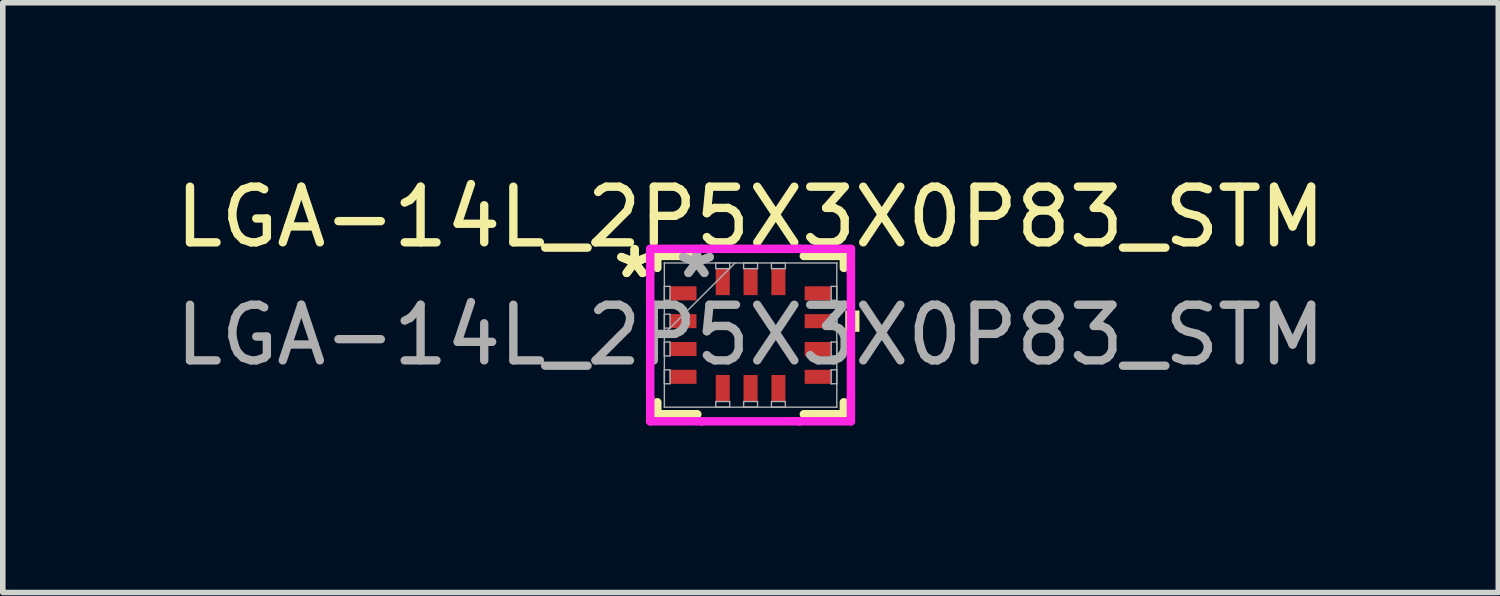
<source format=kicad_pcb>
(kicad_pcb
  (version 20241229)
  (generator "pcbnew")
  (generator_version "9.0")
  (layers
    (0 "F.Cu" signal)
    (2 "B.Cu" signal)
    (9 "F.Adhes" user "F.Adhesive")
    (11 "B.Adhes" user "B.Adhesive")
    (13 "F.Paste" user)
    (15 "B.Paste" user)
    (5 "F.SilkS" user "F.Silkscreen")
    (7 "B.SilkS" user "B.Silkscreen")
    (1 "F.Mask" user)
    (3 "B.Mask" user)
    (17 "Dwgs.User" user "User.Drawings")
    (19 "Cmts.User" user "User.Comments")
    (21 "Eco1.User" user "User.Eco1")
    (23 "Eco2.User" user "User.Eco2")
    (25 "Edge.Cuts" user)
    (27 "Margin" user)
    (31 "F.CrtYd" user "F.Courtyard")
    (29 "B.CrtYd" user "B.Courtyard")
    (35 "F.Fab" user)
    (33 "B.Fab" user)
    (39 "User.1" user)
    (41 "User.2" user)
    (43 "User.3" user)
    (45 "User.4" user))
  (footprint "LGA-14L_2P5X3X0P83_STM"
    (layer "F.Cu")
    (at 10.435 2.97)
    (property "Reference" "LGA-14L_2P5X3X0P83_STM" (at 0 -2.121 0) (unlocked yes) (layer "F.SilkS") (effects (font (size 1 1) (thickness 0.15))))
    (attr smd)
    (fp_line (start -1.676 -1.422) (end -1.676 -1.207) (stroke (width 0.152) (type solid)) (layer "F.SilkS"))
    (fp_line (start -1.676 1.207) (end -1.676 1.422) (stroke (width 0.152) (type solid)) (layer "F.SilkS"))
    (fp_line (start -1.676 1.422) (end -0.957 1.422) (stroke (width 0.152) (type solid)) (layer "F.SilkS"))
    (fp_line (start -0.957 -1.422) (end -1.676 -1.422) (stroke (width 0.152) (type solid)) (layer "F.SilkS"))
    (fp_line (start 0.957 1.422) (end 1.676 1.422) (stroke (width 0.152) (type solid)) (layer "F.SilkS"))
    (fp_line (start 1.676 -1.422) (end 0.957 -1.422) (stroke (width 0.152) (type solid)) (layer "F.SilkS"))
    (fp_line (start 1.676 -1.207) (end 1.676 -1.422) (stroke (width 0.152) (type solid)) (layer "F.SilkS"))
    (fp_line (start 1.676 1.422) (end 1.676 1.207) (stroke (width 0.152) (type solid)) (layer "F.SilkS"))
    (fp_poly (pts (xy 1.956 -0.441) (xy 1.956 -0.059) (xy 1.702 -0.059) (xy 1.702 -0.441)) (stroke (width 0) (type solid)) (fill yes) (layer "F.SilkS"))
    (fp_line (start -1.803 -1.549) (end -0.879 -1.549) (stroke (width 0.152) (type solid)) (layer "F.CrtYd"))
    (fp_line (start -1.803 -1.129) (end -1.803 -1.549) (stroke (width 0.152) (type solid)) (layer "F.CrtYd"))
    (fp_line (start -1.803 -1.129) (end -1.803 -1.129) (stroke (width 0.152) (type solid)) (layer "F.CrtYd"))
    (fp_line (start -1.803 1.129) (end -1.803 -1.129) (stroke (width 0.152) (type solid)) (layer "F.CrtYd"))
    (fp_line (start -1.803 1.129) (end -1.803 1.129) (stroke (width 0.152) (type solid)) (layer "F.CrtYd"))
    (fp_line (start -1.803 1.549) (end -1.803 1.129) (stroke (width 0.152) (type solid)) (layer "F.CrtYd"))
    (fp_line (start -0.879 -1.549) (end -0.879 -1.549) (stroke (width 0.152) (type solid)) (layer "F.CrtYd"))
    (fp_line (start -0.879 -1.549) (end 0.879 -1.549) (stroke (width 0.152) (type solid)) (layer "F.CrtYd"))
    (fp_line (start -0.879 1.549) (end -1.803 1.549) (stroke (width 0.152) (type solid)) (layer "F.CrtYd"))
    (fp_line (start -0.879 1.549) (end -0.879 1.549) (stroke (width 0.152) (type solid)) (layer "F.CrtYd"))
    (fp_line (start 0.879 -1.549) (end 0.879 -1.549) (stroke (width 0.152) (type solid)) (layer "F.CrtYd"))
    (fp_line (start 0.879 -1.549) (end 1.803 -1.549) (stroke (width 0.152) (type solid)) (layer "F.CrtYd"))
    (fp_line (start 0.879 1.549) (end -0.879 1.549) (stroke (width 0.152) (type solid)) (layer "F.CrtYd"))
    (fp_line (start 0.879 1.549) (end 0.879 1.549) (stroke (width 0.152) (type solid)) (layer "F.CrtYd"))
    (fp_line (start 1.803 -1.549) (end 1.803 -1.129) (stroke (width 0.152) (type solid)) (layer "F.CrtYd"))
    (fp_line (start 1.803 -1.129) (end 1.803 -1.129) (stroke (width 0.152) (type solid)) (layer "F.CrtYd"))
    (fp_line (start 1.803 -1.129) (end 1.803 1.129) (stroke (width 0.152) (type solid)) (layer "F.CrtYd"))
    (fp_line (start 1.803 1.129) (end 1.803 1.129) (stroke (width 0.152) (type solid)) (layer "F.CrtYd"))
    (fp_line (start 1.803 1.129) (end 1.803 1.549) (stroke (width 0.152) (type solid)) (layer "F.CrtYd"))
    (fp_line (start 1.803 1.549) (end 0.879 1.549) (stroke (width 0.152) (type solid)) (layer "F.CrtYd"))
    (fp_line (start -1.549 -1.295) (end -1.549 -1.295) (stroke (width 0.025) (type solid)) (layer "F.Fab"))
    (fp_line (start -1.549 -1.295) (end -1.549 1.295) (stroke (width 0.025) (type solid)) (layer "F.Fab"))
    (fp_line (start -1.549 -0.875) (end -1.448 -0.875) (stroke (width 0.025) (type solid)) (layer "F.Fab"))
    (fp_line (start -1.549 -0.625) (end -1.549 -0.875) (stroke (width 0.025) (type solid)) (layer "F.Fab"))
    (fp_line (start -1.549 -0.375) (end -1.448 -0.375) (stroke (width 0.025) (type solid)) (layer "F.Fab"))
    (fp_line (start -1.549 -0.125) (end -1.549 -0.375) (stroke (width 0.025) (type solid)) (layer "F.Fab"))
    (fp_line (start -1.549 -0.025) (end -0.279 -1.295) (stroke (width 0.025) (type solid)) (layer "F.Fab"))
    (fp_line (start -1.549 0.125) (end -1.448 0.125) (stroke (width 0.025) (type solid)) (layer "F.Fab"))
    (fp_line (start -1.549 0.375) (end -1.549 0.125) (stroke (width 0.025) (type solid)) (layer "F.Fab"))
    (fp_line (start -1.549 0.625) (end -1.448 0.625) (stroke (width 0.025) (type solid)) (layer "F.Fab"))
    (fp_line (start -1.549 0.875) (end -1.549 0.625) (stroke (width 0.025) (type solid)) (layer "F.Fab"))
    (fp_line (start -1.549 1.295) (end -1.549 1.295) (stroke (width 0.025) (type solid)) (layer "F.Fab"))
    (fp_line (start -1.549 1.295) (end 1.549 1.295) (stroke (width 0.025) (type solid)) (layer "F.Fab"))
    (fp_line (start -1.448 -0.875) (end -1.448 -0.625) (stroke (width 0.025) (type solid)) (layer "F.Fab"))
    (fp_line (start -1.448 -0.625) (end -1.549 -0.625) (stroke (width 0.025) (type solid)) (layer "F.Fab"))
    (fp_line (start -1.448 -0.375) (end -1.448 -0.125) (stroke (width 0.025) (type solid)) (layer "F.Fab"))
    (fp_line (start -1.448 -0.125) (end -1.549 -0.125) (stroke (width 0.025) (type solid)) (layer "F.Fab"))
    (fp_line (start -1.448 0.125) (end -1.448 0.375) (stroke (width 0.025) (type solid)) (layer "F.Fab"))
    (fp_line (start -1.448 0.375) (end -1.549 0.375) (stroke (width 0.025) (type solid)) (layer "F.Fab"))
    (fp_line (start -1.448 0.625) (end -1.448 0.875) (stroke (width 0.025) (type solid)) (layer "F.Fab"))
    (fp_line (start -1.448 0.875) (end -1.549 0.875) (stroke (width 0.025) (type solid)) (layer "F.Fab"))
    (fp_line (start -0.625 -1.295) (end -0.375 -1.295) (stroke (width 0.025) (type solid)) (layer "F.Fab"))
    (fp_line (start -0.625 -1.194) (end -0.625 -1.295) (stroke (width 0.025) (type solid)) (layer "F.Fab"))
    (fp_line (start -0.625 1.194) (end -0.375 1.194) (stroke (width 0.025) (type solid)) (layer "F.Fab"))
    (fp_line (start -0.625 1.295) (end -0.625 1.194) (stroke (width 0.025) (type solid)) (layer "F.Fab"))
    (fp_line (start -0.375 -1.295) (end -0.375 -1.194) (stroke (width 0.025) (type solid)) (layer "F.Fab"))
    (fp_line (start -0.375 -1.194) (end -0.625 -1.194) (stroke (width 0.025) (type solid)) (layer "F.Fab"))
    (fp_line (start -0.375 1.194) (end -0.375 1.295) (stroke (width 0.025) (type solid)) (layer "F.Fab"))
    (fp_line (start -0.375 1.295) (end -0.625 1.295) (stroke (width 0.025) (type solid)) (layer "F.Fab"))
    (fp_line (start -0.125 -1.295) (end 0.125 -1.295) (stroke (width 0.025) (type solid)) (layer "F.Fab"))
    (fp_line (start -0.125 -1.194) (end -0.125 -1.295) (stroke (width 0.025) (type solid)) (layer "F.Fab"))
    (fp_line (start -0.125 1.194) (end 0.125 1.194) (stroke (width 0.025) (type solid)) (layer "F.Fab"))
    (fp_line (start -0.125 1.295) (end -0.125 1.194) (stroke (width 0.025) (type solid)) (layer "F.Fab"))
    (fp_line (start 0.125 -1.295) (end 0.125 -1.194) (stroke (width 0.025) (type solid)) (layer "F.Fab"))
    (fp_line (start 0.125 -1.194) (end -0.125 -1.194) (stroke (width 0.025) (type solid)) (layer "F.Fab"))
    (fp_line (start 0.125 1.194) (end 0.125 1.295) (stroke (width 0.025) (type solid)) (layer "F.Fab"))
    (fp_line (start 0.125 1.295) (end -0.125 1.295) (stroke (width 0.025) (type solid)) (layer "F.Fab"))
    (fp_line (start 0.375 -1.295) (end 0.625 -1.295) (stroke (width 0.025) (type solid)) (layer "F.Fab"))
    (fp_line (start 0.375 -1.194) (end 0.375 -1.295) (stroke (width 0.025) (type solid)) (layer "F.Fab"))
    (fp_line (start 0.375 1.194) (end 0.625 1.194) (stroke (width 0.025) (type solid)) (layer "F.Fab"))
    (fp_line (start 0.375 1.295) (end 0.375 1.194) (stroke (width 0.025) (type solid)) (layer "F.Fab"))
    (fp_line (start 0.625 -1.295) (end 0.625 -1.194) (stroke (width 0.025) (type solid)) (layer "F.Fab"))
    (fp_line (start 0.625 -1.194) (end 0.375 -1.194) (stroke (width 0.025) (type solid)) (layer "F.Fab"))
    (fp_line (start 0.625 1.194) (end 0.625 1.295) (stroke (width 0.025) (type solid)) (layer "F.Fab"))
    (fp_line (start 0.625 1.295) (end 0.375 1.295) (stroke (width 0.025) (type solid)) (layer "F.Fab"))
    (fp_line (start 1.448 -0.875) (end 1.549 -0.875) (stroke (width 0.025) (type solid)) (layer "F.Fab"))
    (fp_line (start 1.448 -0.625) (end 1.448 -0.875) (stroke (width 0.025) (type solid)) (layer "F.Fab"))
    (fp_line (start 1.448 -0.375) (end 1.549 -0.375) (stroke (width 0.025) (type solid)) (layer "F.Fab"))
    (fp_line (start 1.448 -0.125) (end 1.448 -0.375) (stroke (width 0.025) (type solid)) (layer "F.Fab"))
    (fp_line (start 1.448 0.125) (end 1.549 0.125) (stroke (width 0.025) (type solid)) (layer "F.Fab"))
    (fp_line (start 1.448 0.375) (end 1.448 0.125) (stroke (width 0.025) (type solid)) (layer "F.Fab"))
    (fp_line (start 1.448 0.625) (end 1.549 0.625) (stroke (width 0.025) (type solid)) (layer "F.Fab"))
    (fp_line (start 1.448 0.875) (end 1.448 0.625) (stroke (width 0.025) (type solid)) (layer "F.Fab"))
    (fp_line (start 1.549 -1.295) (end -1.549 -1.295) (stroke (width 0.025) (type solid)) (layer "F.Fab"))
    (fp_line (start 1.549 -1.295) (end 1.549 -1.295) (stroke (width 0.025) (type solid)) (layer "F.Fab"))
    (fp_line (start 1.549 -0.875) (end 1.549 -0.625) (stroke (width 0.025) (type solid)) (layer "F.Fab"))
    (fp_line (start 1.549 -0.625) (end 1.448 -0.625) (stroke (width 0.025) (type solid)) (layer "F.Fab"))
    (fp_line (start 1.549 -0.375) (end 1.549 -0.125) (stroke (width 0.025) (type solid)) (layer "F.Fab"))
    (fp_line (start 1.549 -0.125) (end 1.448 -0.125) (stroke (width 0.025) (type solid)) (layer "F.Fab"))
    (fp_line (start 1.549 0.125) (end 1.549 0.375) (stroke (width 0.025) (type solid)) (layer "F.Fab"))
    (fp_line (start 1.549 0.375) (end 1.448 0.375) (stroke (width 0.025) (type solid)) (layer "F.Fab"))
    (fp_line (start 1.549 0.625) (end 1.549 0.875) (stroke (width 0.025) (type solid)) (layer "F.Fab"))
    (fp_line (start 1.549 0.875) (end 1.448 0.875) (stroke (width 0.025) (type solid)) (layer "F.Fab"))
    (fp_line (start 1.549 1.295) (end 1.549 -1.295) (stroke (width 0.025) (type solid)) (layer "F.Fab"))
    (fp_line (start 1.549 1.295) (end 1.549 1.295) (stroke (width 0.025) (type solid)) (layer "F.Fab"))
    (fp_text user "*" (at -2.083 -1 0) (unlocked yes) (layer "F.SilkS") (effects (font (size 1 1) (thickness 0.15))))
    (fp_text user "*" (at -2.083 -1 0) (layer "F.SilkS") (effects (font (size 1 1) (thickness 0.15))))
    (fp_text user "*" (at -0.973 -1 0) (unlocked yes) (layer "F.Fab") (effects (font (size 1 1) (thickness 0.15))))
    (fp_text user "${REFERENCE}" (at 0 0 0) (unlocked yes) (layer "F.Fab") (effects (font (size 1 1) (thickness 0.15))))
    (fp_text user "*" (at -0.973 -1 0) (layer "F.Fab") (effects (font (size 1 1) (thickness 0.15))))
    (pad "1" smd rect (at -1.21 -0.75 90) (size 0.252 0.477) (layers "F.Cu" "F.Mask" "F.Paste"))
    (pad "2" smd rect (at -1.21 -0.25 90) (size 0.252 0.477) (layers "F.Cu" "F.Mask" "F.Paste"))
    (pad "3" smd rect (at -1.21 0.25 90) (size 0.252 0.477) (layers "F.Cu" "F.Mask" "F.Paste"))
    (pad "4" smd rect (at -1.21 0.75 90) (size 0.252 0.477) (layers "F.Cu" "F.Mask" "F.Paste"))
    (pad "5" smd rect (at -0.5 0.956) (size 0.252 0.477) (layers "F.Cu" "F.Mask" "F.Paste"))
    (pad "6" smd rect (at 0 0.956) (size 0.252 0.477) (layers "F.Cu" "F.Mask" "F.Paste"))
    (pad "7" smd rect (at 0.5 0.956) (size 0.252 0.477) (layers "F.Cu" "F.Mask" "F.Paste"))
    (pad "8" smd rect (at 1.21 0.75 90) (size 0.252 0.477) (layers "F.Cu" "F.Mask" "F.Paste"))
    (pad "9" smd rect (at 1.21 0.25 90) (size 0.252 0.477) (layers "F.Cu" "F.Mask" "F.Paste"))
    (pad "10" smd rect (at 1.21 -0.25 90) (size 0.252 0.477) (layers "F.Cu" "F.Mask" "F.Paste"))
    (pad "11" smd rect (at 1.21 -0.75 90) (size 0.252 0.477) (layers "F.Cu" "F.Mask" "F.Paste"))
    (pad "12" smd rect (at 0.5 -0.956) (size 0.252 0.477) (layers "F.Cu" "F.Mask" "F.Paste"))
    (pad "13" smd rect (at 0 -0.956) (size 0.252 0.477) (layers "F.Cu" "F.Mask" "F.Paste"))
    (pad "14" smd rect (at -0.5 -0.956) (size 0.252 0.477) (layers "F.Cu" "F.Mask" "F.Paste")))
  (gr_rect
    (start -3 -3)
    (end 23.869 7.595)
    (stroke (width 0.1) (type default))
    (fill no)
    (layer "Edge.Cuts")))
</source>
